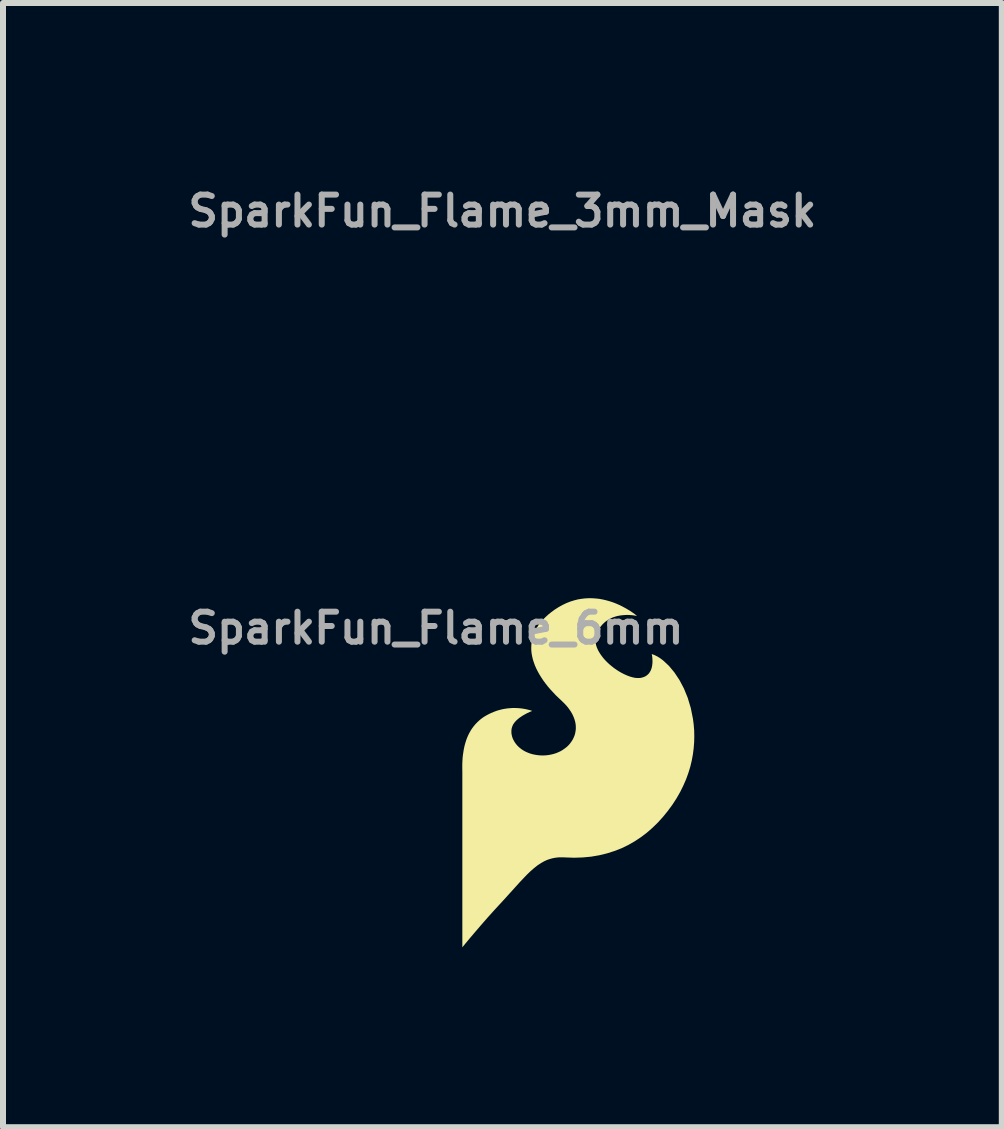
<source format=kicad_pcb>
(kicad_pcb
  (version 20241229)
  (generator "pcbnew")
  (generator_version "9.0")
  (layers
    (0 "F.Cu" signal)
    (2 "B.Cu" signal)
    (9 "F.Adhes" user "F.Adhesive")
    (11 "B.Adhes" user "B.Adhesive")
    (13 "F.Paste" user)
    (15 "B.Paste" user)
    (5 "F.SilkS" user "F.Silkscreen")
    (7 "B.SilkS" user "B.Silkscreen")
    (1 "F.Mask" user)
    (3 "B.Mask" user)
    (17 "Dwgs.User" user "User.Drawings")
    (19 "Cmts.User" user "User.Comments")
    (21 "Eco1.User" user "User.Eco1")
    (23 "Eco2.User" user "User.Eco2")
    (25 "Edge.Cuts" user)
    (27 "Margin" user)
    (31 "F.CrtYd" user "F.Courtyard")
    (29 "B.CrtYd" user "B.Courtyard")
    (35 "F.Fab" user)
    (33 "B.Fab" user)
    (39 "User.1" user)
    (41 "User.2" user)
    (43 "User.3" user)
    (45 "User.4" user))
  (footprint "SparkFun_Flame_6mm"
    (layer "F.Cu")
    (at 6.591 9.833)
    (property "Reference" "SparkFun_Flame_6mm" (at -2.372 -2.411 0) (layer "F.Fab") (effects (font (size 0.5 0.5) (thickness 0.1))))
    (attr board_only exclude_from_pos_files exclude_from_bom)
    (fp_poly (pts (xy 0.237 -2.909) (xy 0.294 -2.905) (xy 0.35 -2.899) (xy 0.404 -2.889) (xy 0.457 -2.877) (xy 0.508 -2.863) (xy 0.557 -2.848) (xy 0.604 -2.831) (xy 0.648 -2.813) (xy 0.691 -2.794) (xy 0.731 -2.774) (xy 0.803 -2.735) (xy 0.864 -2.698) (xy 0.914 -2.664) (xy 0.95 -2.638) (xy 0.98 -2.613) (xy 0.964 -2.617) (xy 0.919 -2.624) (xy 0.889 -2.627) (xy 0.853 -2.63) (xy 0.813 -2.631) (xy 0.77 -2.629) (xy 0.724 -2.625) (xy 0.677 -2.618) (xy 0.629 -2.607) (xy 0.605 -2.599) (xy 0.58 -2.591) (xy 0.556 -2.581) (xy 0.532 -2.569) (xy 0.509 -2.557) (xy 0.486 -2.542) (xy 0.463 -2.526) (xy 0.441 -2.509) (xy 0.42 -2.489) (xy 0.399 -2.468) (xy 0.374 -2.438) (xy 0.351 -2.408) (xy 0.332 -2.378) (xy 0.316 -2.347) (xy 0.309 -2.331) (xy 0.303 -2.315) (xy 0.298 -2.299) (xy 0.294 -2.283) (xy 0.29 -2.266) (xy 0.288 -2.249) (xy 0.286 -2.233) (xy 0.286 -2.216) (xy 0.286 -2.198) (xy 0.287 -2.181) (xy 0.29 -2.163) (xy 0.293 -2.145) (xy 0.297 -2.127) (xy 0.303 -2.109) (xy 0.309 -2.09) (xy 0.317 -2.072) (xy 0.325 -2.053) (xy 0.335 -2.033) (xy 0.346 -2.014) (xy 0.358 -1.994) (xy 0.371 -1.974) (xy 0.385 -1.954) (xy 0.417 -1.912) (xy 0.446 -1.879) (xy 0.479 -1.845) (xy 0.514 -1.812) (xy 0.552 -1.78) (xy 0.591 -1.749) (xy 0.632 -1.72) (xy 0.675 -1.692) (xy 0.718 -1.667) (xy 0.761 -1.645) (xy 0.805 -1.625) (xy 0.848 -1.608) (xy 0.89 -1.595) (xy 0.931 -1.585) (xy 0.951 -1.582) (xy 0.971 -1.58) (xy 0.99 -1.579) (xy 1.009 -1.579) (xy 1.027 -1.58) (xy 1.044 -1.582) (xy 1.068 -1.588) (xy 1.09 -1.595) (xy 1.11 -1.603) (xy 1.128 -1.613) (xy 1.144 -1.625) (xy 1.159 -1.637) (xy 1.172 -1.65) (xy 1.184 -1.665) (xy 1.194 -1.68) (xy 1.203 -1.696) (xy 1.211 -1.712) (xy 1.217 -1.729) (xy 1.223 -1.746) (xy 1.227 -1.764) (xy 1.231 -1.781) (xy 1.233 -1.799) (xy 1.237 -1.833) (xy 1.237 -1.866) (xy 1.236 -1.897) (xy 1.234 -1.924) (xy 1.231 -1.947) (xy 1.228 -1.964) (xy 1.225 -1.979) (xy 1.273 -1.961) (xy 1.322 -1.936) (xy 1.37 -1.906) (xy 1.418 -1.869) (xy 1.512 -1.781) (xy 1.602 -1.673) (xy 1.686 -1.547) (xy 1.761 -1.405) (xy 1.825 -1.248) (xy 1.876 -1.078) (xy 1.912 -0.898) (xy 1.924 -0.804) (xy 1.932 -0.708) (xy 1.934 -0.61) (xy 1.932 -0.51) (xy 1.924 -0.409) (xy 1.911 -0.307) (xy 1.892 -0.203) (xy 1.867 -0.099) (xy 1.835 0.005) (xy 1.797 0.11) (xy 1.751 0.215) (xy 1.699 0.32) (xy 1.639 0.425) (xy 1.572 0.529) (xy 1.495 0.634) (xy 1.414 0.734) (xy 1.329 0.828) (xy 1.239 0.916) (xy 1.144 0.999) (xy 1.045 1.074) (xy 0.941 1.143) (xy 0.832 1.205) (xy 0.719 1.26) (xy 0.6 1.306) (xy 0.477 1.345) (xy 0.349 1.376) (xy 0.215 1.399) (xy 0.077 1.412) (xy -0.067 1.417) (xy -0.215 1.412) (xy -0.255 1.41) (xy -0.293 1.41) (xy -0.329 1.411) (xy -0.365 1.415) (xy -0.4 1.42) (xy -0.433 1.427) (xy -0.466 1.436) (xy -0.498 1.446) (xy -0.529 1.458) (xy -0.56 1.472) (xy -0.59 1.488) (xy -0.62 1.505) (xy -0.678 1.543) (xy -0.735 1.588) (xy -0.793 1.638) (xy -0.851 1.694) (xy -0.91 1.755) (xy -0.971 1.82) (xy -1.247 2.125) (xy -1.383 2.272) (xy -1.511 2.414) (xy -1.627 2.547) (xy -1.729 2.666) (xy -1.814 2.766) (xy -1.878 2.843) (xy -1.933 2.91) (xy -1.933 -0.02) (xy -1.934 -0.078) (xy -1.934 -0.134) (xy -1.932 -0.188) (xy -1.929 -0.24) (xy -1.924 -0.29) (xy -1.917 -0.337) (xy -1.91 -0.383) (xy -1.901 -0.427) (xy -1.891 -0.469) (xy -1.879 -0.509) (xy -1.867 -0.547) (xy -1.853 -0.584) (xy -1.838 -0.619) (xy -1.822 -0.652) (xy -1.805 -0.683) (xy -1.787 -0.714) (xy -1.768 -0.742) (xy -1.748 -0.769) (xy -1.727 -0.795) (xy -1.706 -0.819) (xy -1.683 -0.842) (xy -1.66 -0.864) (xy -1.637 -0.884) (xy -1.612 -0.904) (xy -1.587 -0.922) (xy -1.561 -0.939) (xy -1.535 -0.954) (xy -1.508 -0.969) (xy -1.453 -0.996) (xy -1.397 -1.019) (xy -1.365 -1.031) (xy -1.334 -1.041) (xy -1.303 -1.049) (xy -1.272 -1.057) (xy -1.242 -1.063) (xy -1.212 -1.068) (xy -1.183 -1.072) (xy -1.155 -1.075) (xy -1.127 -1.077) (xy -1.1 -1.079) (xy -1.074 -1.079) (xy -1.048 -1.079) (xy -1.024 -1.078) (xy -1 -1.077) (xy -0.955 -1.073) (xy -0.914 -1.067) (xy -0.877 -1.06) (xy -0.845 -1.053) (xy -0.818 -1.046) (xy -0.797 -1.04) (xy -0.781 -1.035) (xy -0.768 -1.03) (xy -0.808 -1.014) (xy -0.851 -0.994) (xy -0.876 -0.981) (xy -0.903 -0.966) (xy -0.93 -0.95) (xy -0.957 -0.932) (xy -0.985 -0.913) (xy -1.011 -0.891) (xy -1.035 -0.869) (xy -1.046 -0.857) (xy -1.057 -0.845) (xy -1.067 -0.832) (xy -1.076 -0.819) (xy -1.085 -0.806) (xy -1.092 -0.792) (xy -1.099 -0.775) (xy -1.105 -0.758) (xy -1.11 -0.741) (xy -1.113 -0.723) (xy -1.115 -0.704) (xy -1.115 -0.686) (xy -1.115 -0.667) (xy -1.113 -0.647) (xy -1.109 -0.628) (xy -1.105 -0.609) (xy -1.099 -0.589) (xy -1.092 -0.57) (xy -1.083 -0.551) (xy -1.073 -0.532) (xy -1.062 -0.513) (xy -1.05 -0.495) (xy -1.036 -0.477) (xy -1.022 -0.459) (xy -1.005 -0.442) (xy -0.988 -0.425) (xy -0.969 -0.41) (xy -0.95 -0.394) (xy -0.928 -0.38) (xy -0.906 -0.366) (xy -0.882 -0.353) (xy -0.858 -0.342) (xy -0.831 -0.331) (xy -0.804 -0.321) (xy -0.776 -0.312) (xy -0.746 -0.305) (xy -0.715 -0.299) (xy -0.683 -0.294) (xy -0.635 -0.289) (xy -0.588 -0.288) (xy -0.542 -0.29) (xy -0.497 -0.295) (xy -0.454 -0.303) (xy -0.412 -0.313) (xy -0.371 -0.326) (xy -0.332 -0.342) (xy -0.294 -0.36) (xy -0.259 -0.381) (xy -0.226 -0.404) (xy -0.195 -0.428) (xy -0.166 -0.455) (xy -0.14 -0.484) (xy -0.117 -0.515) (xy -0.096 -0.547) (xy -0.079 -0.581) (xy -0.064 -0.616) (xy -0.053 -0.652) (xy -0.046 -0.69) (xy -0.041 -0.729) (xy -0.041 -0.769) (xy -0.044 -0.809) (xy -0.052 -0.851) (xy -0.064 -0.893) (xy -0.08 -0.935) (xy -0.1 -0.978) (xy -0.125 -1.021) (xy -0.155 -1.065) (xy -0.189 -1.109) (xy -0.229 -1.152) (xy -0.274 -1.196) (xy -0.375 -1.292) (xy -0.466 -1.39) (xy -0.508 -1.439) (xy -0.547 -1.489) (xy -0.584 -1.539) (xy -0.617 -1.589) (xy -0.648 -1.639) (xy -0.676 -1.689) (xy -0.701 -1.739) (xy -0.723 -1.789) (xy -0.741 -1.839) (xy -0.757 -1.889) (xy -0.769 -1.939) (xy -0.778 -1.988) (xy -0.783 -2.037) (xy -0.784 -2.086) (xy -0.782 -2.135) (xy -0.777 -2.183) (xy -0.767 -2.231) (xy -0.754 -2.279) (xy -0.737 -2.326) (xy -0.716 -2.372) (xy -0.69 -2.418) (xy -0.661 -2.464) (xy -0.627 -2.508) (xy -0.589 -2.552) (xy -0.546 -2.595) (xy -0.499 -2.638) (xy -0.448 -2.679) (xy -0.392 -2.72) (xy -0.326 -2.762) (xy -0.261 -2.798) (xy -0.196 -2.829) (xy -0.132 -2.854) (xy -0.068 -2.874) (xy -0.005 -2.89) (xy 0.057 -2.9) (xy 0.118 -2.907) (xy 0.178 -2.91)) (stroke (width -0.000001) (type solid)) (fill yes) (layer "F.SilkS")))
  (footprint "SparkFun_Flame_3mm_Mask"
    (layer "F.Cu")
    (at 5.326 2.468)
    (property "Reference" "SparkFun_Flame_3mm_Mask" (at 0 -2 0) (layer "F.Fab") (effects (font (size 0.5 0.5) (thickness 0.1))))
    (attr board_only exclude_from_pos_files exclude_from_bom)
    (fp_poly (pts (xy 0.118 -1.455) (xy 0.147 -1.453) (xy 0.175 -1.449) (xy 0.202 -1.445) (xy 0.228 -1.439) (xy 0.254 -1.432) (xy 0.278 -1.424) (xy 0.302 -1.415) (xy 0.324 -1.406) (xy 0.345 -1.397) (xy 0.365 -1.387) (xy 0.401 -1.368) (xy 0.432 -1.349) (xy 0.457 -1.332) (xy 0.475 -1.319) (xy 0.49 -1.307) (xy 0.482 -1.308) (xy 0.46 -1.312) (xy 0.444 -1.314) (xy 0.426 -1.315) (xy 0.407 -1.315) (xy 0.385 -1.315) (xy 0.362 -1.313) (xy 0.339 -1.309) (xy 0.314 -1.303) (xy 0.302 -1.3) (xy 0.29 -1.295) (xy 0.278 -1.29) (xy 0.266 -1.285) (xy 0.254 -1.278) (xy 0.243 -1.271) (xy 0.232 -1.263) (xy 0.221 -1.254) (xy 0.21 -1.245) (xy 0.2 -1.234) (xy 0.187 -1.219) (xy 0.176 -1.204) (xy 0.166 -1.189) (xy 0.158 -1.173) (xy 0.155 -1.166) (xy 0.152 -1.158) (xy 0.149 -1.149) (xy 0.147 -1.141) (xy 0.145 -1.133) (xy 0.144 -1.125) (xy 0.143 -1.116) (xy 0.143 -1.108) (xy 0.143 -1.099) (xy 0.144 -1.09) (xy 0.145 -1.082) (xy 0.147 -1.073) (xy 0.149 -1.064) (xy 0.151 -1.054) (xy 0.155 -1.045) (xy 0.158 -1.036) (xy 0.163 -1.026) (xy 0.167 -1.017) (xy 0.173 -1.007) (xy 0.179 -0.997) (xy 0.185 -0.987) (xy 0.192 -0.977) (xy 0.208 -0.956) (xy 0.223 -0.939) (xy 0.239 -0.922) (xy 0.257 -0.906) (xy 0.276 -0.89) (xy 0.296 -0.875) (xy 0.316 -0.86) (xy 0.337 -0.846) (xy 0.359 -0.834) (xy 0.381 -0.822) (xy 0.402 -0.812) (xy 0.424 -0.804) (xy 0.445 -0.797) (xy 0.466 -0.793) (xy 0.476 -0.791) (xy 0.485 -0.79) (xy 0.495 -0.789) (xy 0.504 -0.789) (xy 0.513 -0.79) (xy 0.522 -0.791) (xy 0.534 -0.794) (xy 0.545 -0.797) (xy 0.555 -0.802) (xy 0.564 -0.807) (xy 0.572 -0.812) (xy 0.579 -0.818) (xy 0.586 -0.825) (xy 0.592 -0.832) (xy 0.597 -0.84) (xy 0.601 -0.848) (xy 0.605 -0.856) (xy 0.609 -0.865) (xy 0.611 -0.873) (xy 0.614 -0.882) (xy 0.615 -0.891) (xy 0.617 -0.899) (xy 0.618 -0.917) (xy 0.619 -0.933) (xy 0.618 -0.948) (xy 0.617 -0.962) (xy 0.616 -0.973) (xy 0.614 -0.982) (xy 0.613 -0.99) (xy 0.637 -0.98) (xy 0.661 -0.968) (xy 0.685 -0.953) (xy 0.709 -0.935) (xy 0.756 -0.891) (xy 0.801 -0.837) (xy 0.843 -0.774) (xy 0.88 -0.702) (xy 0.912 -0.624) (xy 0.938 -0.539) (xy 0.956 -0.449) (xy 0.962 -0.402) (xy 0.966 -0.354) (xy 0.967 -0.305) (xy 0.966 -0.255) (xy 0.962 -0.204) (xy 0.955 -0.153) (xy 0.946 -0.102) (xy 0.933 -0.05) (xy 0.917 0.003) (xy 0.898 0.055) (xy 0.876 0.108) (xy 0.85 0.16) (xy 0.82 0.212) (xy 0.786 0.264) (xy 0.748 0.317) (xy 0.707 0.367) (xy 0.664 0.414) (xy 0.619 0.458) (xy 0.572 0.499) (xy 0.522 0.537) (xy 0.47 0.572) (xy 0.416 0.602) (xy 0.359 0.63) (xy 0.3 0.653) (xy 0.238 0.673) (xy 0.174 0.688) (xy 0.108 0.699) (xy 0.038 0.706) (xy -0.033 0.709) (xy -0.108 0.706) (xy -0.127 0.705) (xy -0.146 0.705) (xy -0.165 0.706) (xy -0.183 0.707) (xy -0.2 0.71) (xy -0.217 0.713) (xy -0.233 0.718) (xy -0.249 0.723) (xy -0.265 0.729) (xy -0.28 0.736) (xy -0.295 0.744) (xy -0.31 0.752) (xy -0.339 0.772) (xy -0.368 0.794) (xy -0.396 0.819) (xy -0.425 0.847) (xy -0.455 0.877) (xy -0.485 0.91) (xy -0.624 1.062) (xy -0.692 1.136) (xy -0.755 1.207) (xy -0.814 1.274) (xy -0.865 1.333) (xy -0.907 1.383) (xy -0.939 1.421) (xy -0.967 1.455) (xy -0.967 -0.01) (xy -0.967 -0.039) (xy -0.967 -0.067) (xy -0.966 -0.094) (xy -0.964 -0.12) (xy -0.962 -0.145) (xy -0.959 -0.169) (xy -0.955 -0.191) (xy -0.95 -0.213) (xy -0.945 -0.234) (xy -0.94 -0.254) (xy -0.933 -0.274) (xy -0.926 -0.292) (xy -0.919 -0.309) (xy -0.911 -0.326) (xy -0.902 -0.342) (xy -0.893 -0.357) (xy -0.884 -0.371) (xy -0.874 -0.385) (xy -0.864 -0.397) (xy -0.853 -0.41) (xy -0.842 -0.421) (xy -0.83 -0.432) (xy -0.818 -0.442) (xy -0.806 -0.452) (xy -0.793 -0.461) (xy -0.781 -0.469) (xy -0.767 -0.477) (xy -0.754 -0.485) (xy -0.727 -0.498) (xy -0.698 -0.51) (xy -0.682 -0.515) (xy -0.667 -0.52) (xy -0.651 -0.525) (xy -0.636 -0.528) (xy -0.621 -0.531) (xy -0.606 -0.534) (xy -0.592 -0.536) (xy -0.578 -0.538) (xy -0.564 -0.539) (xy -0.55 -0.539) (xy -0.537 -0.54) (xy -0.524 -0.54) (xy -0.512 -0.539) (xy -0.5 -0.538) (xy -0.477 -0.536) (xy -0.457 -0.534) (xy -0.439 -0.53) (xy -0.423 -0.527) (xy -0.409 -0.523) (xy -0.398 -0.52) (xy -0.391 -0.517) (xy -0.384 -0.515) (xy -0.404 -0.507) (xy -0.426 -0.497) (xy -0.438 -0.49) (xy -0.451 -0.483) (xy -0.465 -0.475) (xy -0.479 -0.466) (xy -0.492 -0.456) (xy -0.505 -0.446) (xy -0.518 -0.434) (xy -0.523 -0.428) (xy -0.529 -0.422) (xy -0.534 -0.416) (xy -0.538 -0.409) (xy -0.542 -0.403) (xy -0.546 -0.396) (xy -0.55 -0.388) (xy -0.553 -0.379) (xy -0.555 -0.37) (xy -0.556 -0.361) (xy -0.557 -0.352) (xy -0.558 -0.343) (xy -0.557 -0.333) (xy -0.556 -0.324) (xy -0.555 -0.314) (xy -0.552 -0.304) (xy -0.549 -0.295) (xy -0.546 -0.285) (xy -0.542 -0.275) (xy -0.537 -0.266) (xy -0.531 -0.257) (xy -0.525 -0.247) (xy -0.518 -0.238) (xy -0.511 -0.23) (xy -0.503 -0.221) (xy -0.494 -0.213) (xy -0.485 -0.205) (xy -0.475 -0.197) (xy -0.464 -0.19) (xy -0.453 -0.183) (xy -0.441 -0.177) (xy -0.429 -0.171) (xy -0.416 -0.165) (xy -0.402 -0.161) (xy -0.388 -0.156) (xy -0.373 -0.152) (xy -0.357 -0.149) (xy -0.341 -0.147) (xy -0.318 -0.145) (xy -0.294 -0.144) (xy -0.271 -0.145) (xy -0.249 -0.147) (xy -0.227 -0.151) (xy -0.206 -0.157) (xy -0.185 -0.163) (xy -0.166 -0.171) (xy -0.147 -0.18) (xy -0.13 -0.19) (xy -0.113 -0.202) (xy -0.097 -0.214) (xy -0.083 -0.228) (xy -0.07 -0.242) (xy -0.058 -0.257) (xy -0.048 -0.273) (xy -0.039 -0.29) (xy -0.032 -0.308) (xy -0.027 -0.326) (xy -0.023 -0.345) (xy -0.021 -0.364) (xy -0.021 -0.384) (xy -0.022 -0.405) (xy -0.026 -0.425) (xy -0.032 -0.446) (xy -0.04 -0.468) (xy -0.05 -0.489) (xy -0.062 -0.511) (xy -0.077 -0.532) (xy -0.095 -0.554) (xy -0.115 -0.576) (xy -0.137 -0.598) (xy -0.187 -0.646) (xy -0.233 -0.695) (xy -0.254 -0.72) (xy -0.274 -0.744) (xy -0.292 -0.769) (xy -0.309 -0.794) (xy -0.324 -0.819) (xy -0.338 -0.844) (xy -0.35 -0.869) (xy -0.361 -0.894) (xy -0.371 -0.919) (xy -0.378 -0.944) (xy -0.384 -0.969) (xy -0.389 -0.994) (xy -0.391 -1.019) (xy -0.392 -1.043) (xy -0.391 -1.068) (xy -0.388 -1.092) (xy -0.384 -1.116) (xy -0.377 -1.139) (xy -0.368 -1.163) (xy -0.358 -1.186) (xy -0.345 -1.209) (xy -0.33 -1.232) (xy -0.313 -1.254) (xy -0.294 -1.276) (xy -0.273 -1.298) (xy -0.25 -1.319) (xy -0.224 -1.34) (xy -0.196 -1.36) (xy -0.163 -1.381) (xy -0.131 -1.399) (xy -0.098 -1.414) (xy -0.066 -1.427) (xy -0.034 -1.437) (xy -0.003 -1.445) (xy 0.028 -1.45) (xy 0.059 -1.454) (xy 0.089 -1.455)) (stroke (width -0.000001) (type solid)) (fill yes) (layer "F.Mask")))
  (gr_rect
    (start -3 -3)
    (end 13.652 15.743)
    (stroke (width 0.1) (type default))
    (fill no)
    (layer "Edge.Cuts")))
</source>
